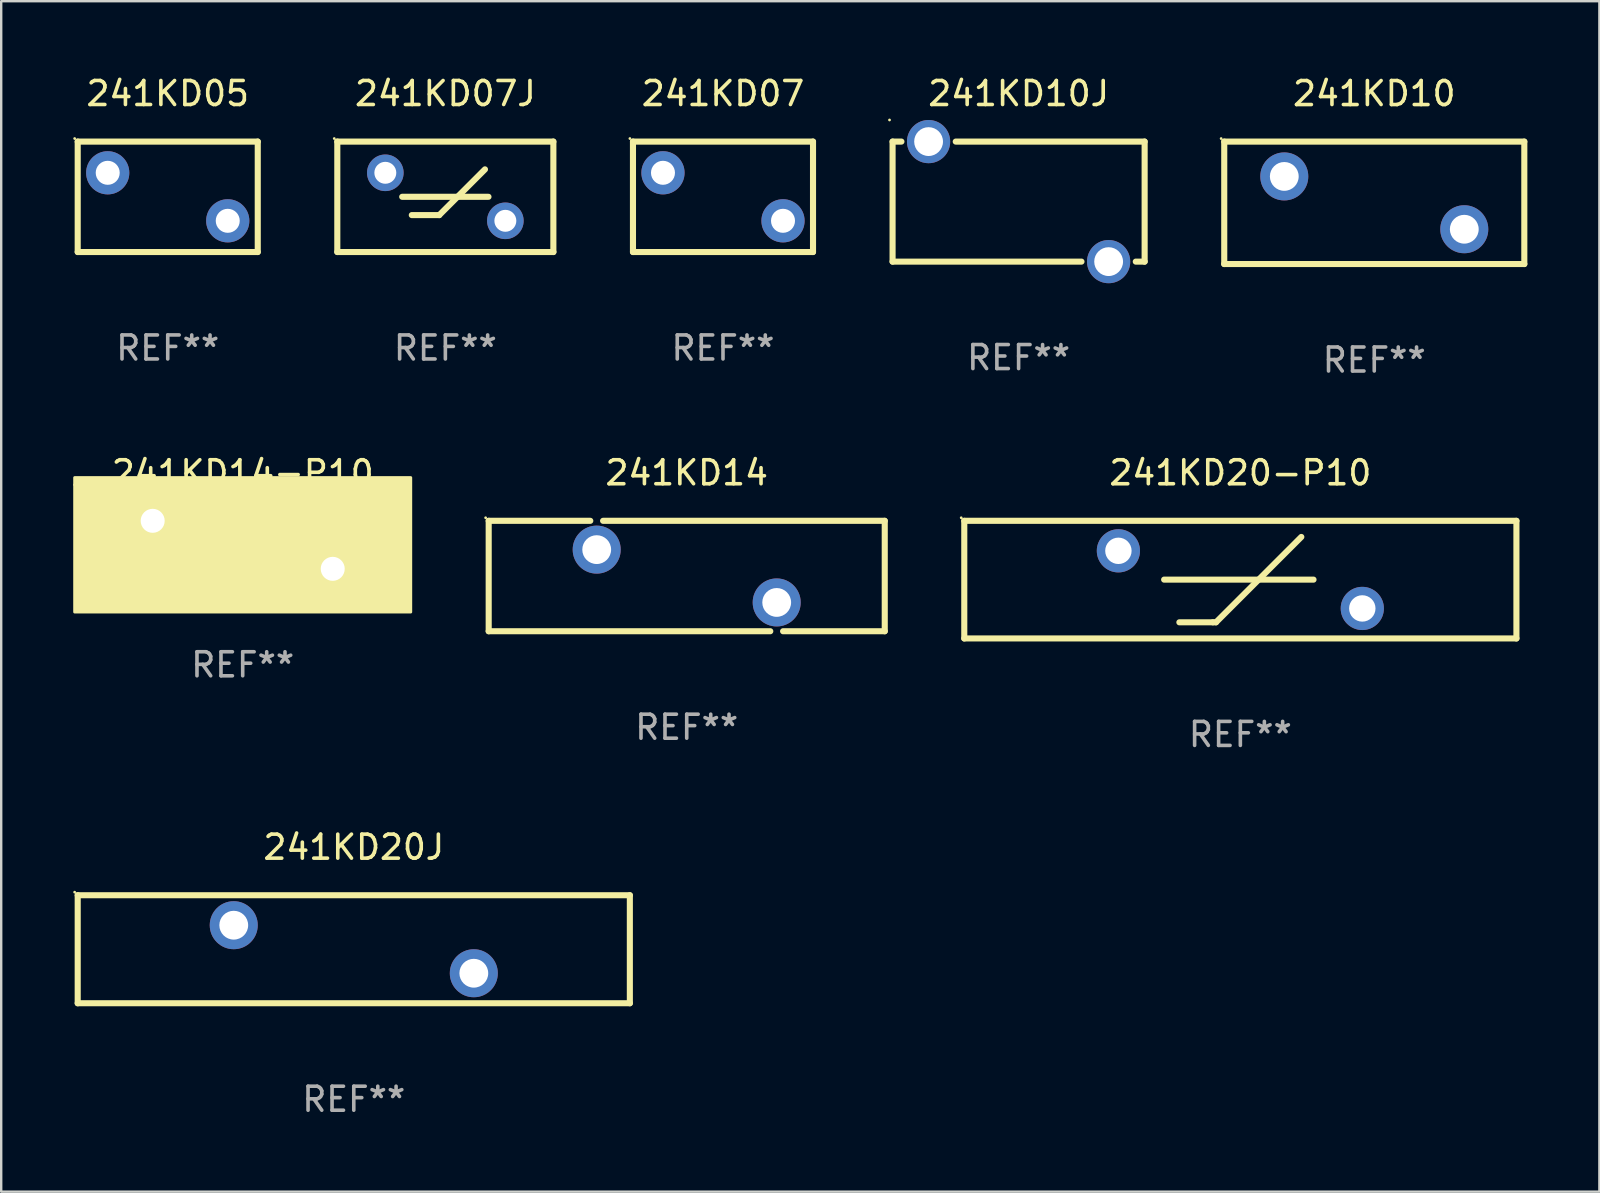
<source format=kicad_pcb>
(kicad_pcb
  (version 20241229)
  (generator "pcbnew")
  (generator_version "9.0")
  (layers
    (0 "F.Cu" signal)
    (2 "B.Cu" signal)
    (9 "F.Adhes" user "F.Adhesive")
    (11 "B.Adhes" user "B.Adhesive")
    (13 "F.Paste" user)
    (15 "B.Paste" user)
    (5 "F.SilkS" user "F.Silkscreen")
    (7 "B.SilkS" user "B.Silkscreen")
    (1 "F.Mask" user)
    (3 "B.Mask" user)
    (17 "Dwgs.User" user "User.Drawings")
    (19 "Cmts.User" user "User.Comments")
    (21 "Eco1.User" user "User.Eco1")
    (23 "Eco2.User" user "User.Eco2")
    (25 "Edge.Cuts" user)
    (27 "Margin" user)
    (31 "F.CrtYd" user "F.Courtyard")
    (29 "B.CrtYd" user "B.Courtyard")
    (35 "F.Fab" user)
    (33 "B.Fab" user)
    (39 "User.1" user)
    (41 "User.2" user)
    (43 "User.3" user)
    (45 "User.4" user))
  (footprint "241KD05"
    (layer "F.Cu")
    (at 3.937 5.148)
    (property "Reference" "241KD05" (at 0 -4.3 0) (layer "F.SilkS") (effects (font (size 1 1) (thickness 0.15))))
    (attr through_hole)
    (fp_line (start -3.75 -2.3) (end 3.75 -2.3) (stroke (width 0.254) (type solid)) (layer "F.SilkS"))
    (fp_line (start -3.75 2.3) (end -3.75 -2.3) (stroke (width 0.254) (type solid)) (layer "F.SilkS"))
    (fp_line (start 3.75 -2.3) (end 3.75 2.3) (stroke (width 0.254) (type solid)) (layer "F.SilkS"))
    (fp_line (start 3.75 2.3) (end -3.75 2.3) (stroke (width 0.254) (type solid)) (layer "F.SilkS"))
    (fp_circle (center -3.877 -2.427) (end -3.847 -2.427) (stroke (width 0.06) (type solid)) (fill no) (layer "F.SilkS"))
    (fp_text user "REF**" (at 0 6.3 0) (layer "F.Fab") (effects (font (size 1 1) (thickness 0.15))))
    (pad "1" thru_hole circle (at -2.5 -1) (size 1.8 1.8) (drill 1) (layers "*.Cu" "*.Mask"))
    (pad "2" thru_hole circle (at 2.5 1) (size 1.8 1.8) (drill 1) (layers "*.Cu" "*.Mask")))
  (footprint "241KD14-P10"
    (layer "F.Cu")
    (at 7.06 19.645)
    (property "Reference" "241KD14-P10" (at 0 -3 0) (layer "F.SilkS") (effects (font (size 1 1) (thickness 0.15))))
    (attr through_hole)
    (fp_circle (center -7 -2.5) (end -6.97 -2.5) (stroke (width 0.06) (type solid)) (fill no) (layer "F.SilkS"))
    (fp_poly (pts (xy -7 -2.8) (xy 7 -2.8) (xy 7 2.8) (xy -7 2.8)) (stroke (width 0.12) (type solid)) (fill yes) (layer "F.SilkS"))
    (fp_text user "REF**" (at 0 5 0) (layer "F.Fab") (effects (font (size 1 1) (thickness 0.15))))
    (pad "1" thru_hole circle (at -3.75 -1) (size 1.6 1.6) (drill 1) (layers "*.Cu" "*.Mask"))
    (pad "2" thru_hole circle (at 3.75 1) (size 1.6 1.6) (drill 1) (layers "*.Cu" "*.Mask")))
  (footprint "241KD20-P10"
    (layer "F.Cu")
    (at 48.618 21.095)
    (property "Reference" "241KD20-P10" (at 0 -4.45 0) (layer "F.SilkS") (effects (font (size 1 1) (thickness 0.15))))
    (attr through_hole)
    (fp_line (start -11.5 -2.45) (end 11.5 -2.45) (stroke (width 0.254) (type solid)) (layer "F.SilkS"))
    (fp_line (start -11.5 2.45) (end -11.5 -2.45) (stroke (width 0.254) (type solid)) (layer "F.SilkS"))
    (fp_line (start -3.175 0) (end 3.048 0) (stroke (width 0.254) (type solid)) (layer "F.SilkS"))
    (fp_line (start -2.54 1.778) (end -1.143 1.778) (stroke (width 0.254) (type solid)) (layer "F.SilkS"))
    (fp_line (start -1.143 1.778) (end -1.016 1.778) (stroke (width 0.254) (type solid)) (layer "F.SilkS"))
    (fp_line (start -1.016 1.778) (end 2.54 -1.778) (stroke (width 0.254) (type solid)) (layer "F.SilkS"))
    (fp_line (start 11.5 -2.45) (end 11.5 2.45) (stroke (width 0.254) (type solid)) (layer "F.SilkS"))
    (fp_line (start 11.5 2.45) (end -11.5 2.45) (stroke (width 0.254) (type solid)) (layer "F.SilkS"))
    (fp_circle (center -11.627 -2.577) (end -11.597 -2.577) (stroke (width 0.06) (type solid)) (fill no) (layer "F.SilkS"))
    (fp_text user "REF**" (at 0 6.45 0) (layer "F.Fab") (effects (font (size 1 1) (thickness 0.15))))
    (pad "1" thru_hole circle (at -5.08 -1.2) (size 1.8 1.8) (drill 1.1) (layers "*.Cu" "*.Mask"))
    (pad "2" thru_hole circle (at 5.08 1.2) (size 1.8 1.8) (drill 1.1) (layers "*.Cu" "*.Mask")))
  (footprint "241KD10J"
    (layer "F.Cu")
    (at 39.381 5.348)
    (property "Reference" "241KD10J" (at 0 -4.5 0) (layer "F.SilkS") (effects (font (size 1 1) (thickness 0.15))))
    (attr through_hole)
    (fp_line (start -5.25 2.5) (end -5.25 -2.5) (stroke (width 0.254) (type solid)) (layer "F.SilkS"))
    (fp_line (start -5.25 2.5) (end 2.619 2.5) (stroke (width 0.254) (type solid)) (layer "F.SilkS"))
    (fp_line (start -4.881 -2.5) (end -5.25 -2.5) (stroke (width 0.254) (type solid)) (layer "F.SilkS"))
    (fp_line (start 4.881 2.5) (end 5.25 2.5) (stroke (width 0.254) (type solid)) (layer "F.SilkS"))
    (fp_line (start 5.25 -2.5) (end -2.619 -2.5) (stroke (width 0.254) (type solid)) (layer "F.SilkS"))
    (fp_line (start 5.25 -2.5) (end 5.25 2.5) (stroke (width 0.254) (type solid)) (layer "F.SilkS"))
    (fp_circle (center -5.377 -3.4) (end -5.347 -3.4) (stroke (width 0.06) (type solid)) (fill no) (layer "F.SilkS"))
    (fp_text user "REF**" (at 0 6.5 0) (layer "F.Fab") (effects (font (size 1 1) (thickness 0.15))))
    (pad "1" thru_hole circle (at -3.75 -2.5) (size 1.8 1.8) (drill 1.2) (layers "*.Cu" "*.Mask"))
    (pad "2" thru_hole circle (at 3.75 2.5) (size 1.8 1.8) (drill 1.2) (layers "*.Cu" "*.Mask")))
  (footprint "241KD20J"
    (layer "F.Cu")
    (at 11.687 36.492)
    (property "Reference" "241KD20J" (at 0 -4.25 0) (layer "F.SilkS") (effects (font (size 1 1) (thickness 0.15))))
    (attr through_hole)
    (fp_line (start -11.5 -2.25) (end 11.5 -2.25) (stroke (width 0.254) (type solid)) (layer "F.SilkS"))
    (fp_line (start -11.5 2.25) (end -11.5 -2.25) (stroke (width 0.254) (type solid)) (layer "F.SilkS"))
    (fp_line (start 11.5 -2.25) (end 11.5 2.25) (stroke (width 0.254) (type solid)) (layer "F.SilkS"))
    (fp_line (start 11.5 2.249) (end -11.5 2.249) (stroke (width 0.254) (type solid)) (layer "F.SilkS"))
    (fp_circle (center -11.627 -2.377) (end -11.597 -2.377) (stroke (width 0.06) (type solid)) (fill no) (layer "F.SilkS"))
    (fp_text user "REF**" (at 0 6.25 0) (layer "F.Fab") (effects (font (size 1 1) (thickness 0.15))))
    (pad "1" thru_hole circle (at -5 -1.002) (size 2 2) (drill 1.2) (layers "*.Cu" "*.Mask"))
    (pad "2" thru_hole circle (at 5 0.999) (size 2 2) (drill 1.2) (layers "*.Cu" "*.Mask")))
  (footprint "241KD10"
    (layer "F.Cu")
    (at 54.196 5.399)
    (property "Reference" "241KD10" (at 0 -4.55 0) (layer "F.SilkS") (effects (font (size 1 1) (thickness 0.15))))
    (attr through_hole)
    (fp_line (start -6.249 -2.55) (end 6.251 -2.55) (stroke (width 0.254) (type solid)) (layer "F.SilkS"))
    (fp_line (start -6.249 2.55) (end -6.249 -2.55) (stroke (width 0.254) (type solid)) (layer "F.SilkS"))
    (fp_line (start 6.251 -2.55) (end 6.251 2.55) (stroke (width 0.254) (type solid)) (layer "F.SilkS"))
    (fp_line (start 6.251 2.55) (end -6.251 2.55) (stroke (width 0.254) (type solid)) (layer "F.SilkS"))
    (fp_circle (center -6.378 -2.677) (end -6.348 -2.677) (stroke (width 0.06) (type solid)) (fill no) (layer "F.SilkS"))
    (fp_text user "REF**" (at 0 6.55 0) (layer "F.Fab") (effects (font (size 1 1) (thickness 0.15))))
    (pad "1" thru_hole circle (at -3.748 -1.1) (size 2 2) (drill 1.2) (layers "*.Cu" "*.Mask"))
    (pad "2" thru_hole circle (at 3.75 1.1) (size 2 2) (drill 1.2) (layers "*.Cu" "*.Mask")))
  (footprint "241KD07J"
    (layer "F.Cu")
    (at 15.502 5.148)
    (property "Reference" "241KD07J" (at 0 -4.3 0) (layer "F.SilkS") (effects (font (size 1 1) (thickness 0.15))))
    (attr through_hole)
    (fp_line (start -4.501 -2.3) (end 4.499 -2.3) (stroke (width 0.254) (type solid)) (layer "F.SilkS"))
    (fp_line (start -4.501 2.3) (end -4.501 -2.3) (stroke (width 0.254) (type solid)) (layer "F.SilkS"))
    (fp_line (start -1.798 0) (end 1.796 0) (stroke (width 0.254) (type solid)) (layer "F.SilkS"))
    (fp_line (start -1.398 0.762) (end -0.255 0.762) (stroke (width 0.254) (type solid)) (layer "F.SilkS"))
    (fp_line (start -0.255 0.762) (end 1.65 -1.143) (stroke (width 0.254) (type solid)) (layer "F.SilkS"))
    (fp_line (start 4.499 -2.3) (end 4.499 2.3) (stroke (width 0.254) (type solid)) (layer "F.SilkS"))
    (fp_line (start 4.501 2.3) (end -4.501 2.3) (stroke (width 0.254) (type solid)) (layer "F.SilkS"))
    (fp_circle (center -4.628 -2.427) (end -4.598 -2.427) (stroke (width 0.06) (type solid)) (fill no) (layer "F.SilkS"))
    (fp_text user "REF**" (at 0 6.3 0) (layer "F.Fab") (effects (font (size 1 1) (thickness 0.15))))
    (pad "1" thru_hole circle (at -2.501 -1) (size 1.524 1.524) (drill 0.914) (layers "*.Cu" "*.Mask"))
    (pad "2" thru_hole circle (at 2.499 1) (size 1.524 1.524) (drill 0.914) (layers "*.Cu" "*.Mask")))
  (footprint "241KD07"
    (layer "F.Cu")
    (at 27.067 5.148)
    (property "Reference" "241KD07" (at 0 -4.3 0) (layer "F.SilkS") (effects (font (size 1 1) (thickness 0.15))))
    (attr through_hole)
    (fp_line (start -3.75 -2.3) (end 3.75 -2.3) (stroke (width 0.254) (type solid)) (layer "F.SilkS"))
    (fp_line (start -3.75 2.3) (end -3.75 -2.3) (stroke (width 0.254) (type solid)) (layer "F.SilkS"))
    (fp_line (start 3.75 -2.3) (end 3.75 2.3) (stroke (width 0.254) (type solid)) (layer "F.SilkS"))
    (fp_line (start 3.75 2.3) (end -3.75 2.3) (stroke (width 0.254) (type solid)) (layer "F.SilkS"))
    (fp_circle (center -3.877 -2.427) (end -3.847 -2.427) (stroke (width 0.06) (type solid)) (fill no) (layer "F.SilkS"))
    (fp_text user "REF**" (at 0 6.3 0) (layer "F.Fab") (effects (font (size 1 1) (thickness 0.15))))
    (pad "1" thru_hole circle (at -2.5 -1) (size 1.8 1.8) (drill 1) (layers "*.Cu" "*.Mask"))
    (pad "2" thru_hole circle (at 2.5 1) (size 1.8 1.8) (drill 1) (layers "*.Cu" "*.Mask")))
  (footprint "241KD14"
    (layer "F.Cu")
    (at 25.556 20.945)
    (property "Reference" "241KD14" (at 0 -4.3 0) (layer "F.SilkS") (effects (font (size 1 1) (thickness 0.15))))
    (attr through_hole)
    (fp_line (start -8.249 -2.3) (end -4.017 -2.3) (stroke (width 0.254) (type solid)) (layer "F.SilkS"))
    (fp_line (start -8.249 2.3) (end -8.249 -2.3) (stroke (width 0.254) (type solid)) (layer "F.SilkS"))
    (fp_line (start -8.249 2.3) (end 3.481 2.3) (stroke (width 0.254) (type solid)) (layer "F.SilkS"))
    (fp_line (start -3.484 -2.3) (end 8.249 -2.3) (stroke (width 0.254) (type solid)) (layer "F.SilkS"))
    (fp_line (start 4.014 2.3) (end 8.249 2.3) (stroke (width 0.254) (type solid)) (layer "F.SilkS"))
    (fp_line (start 8.249 -2.3) (end 8.249 2.3) (stroke (width 0.254) (type solid)) (layer "F.SilkS"))
    (fp_circle (center -8.376 -2.427) (end -8.346 -2.427) (stroke (width 0.06) (type solid)) (fill no) (layer "F.SilkS"))
    (fp_text user "REF**" (at 0 6.3 0) (layer "F.Fab") (effects (font (size 1 1) (thickness 0.15))))
    (pad "1" thru_hole circle (at -3.75 -1.1) (size 2 2) (drill 1.2) (layers "*.Cu" "*.Mask"))
    (pad "2" thru_hole circle (at 3.748 1.1) (size 2 2) (drill 1.2) (layers "*.Cu" "*.Mask")))
  (gr_rect
    (start -3 -3)
    (end 63.574 46.591)
    (stroke (width 0.1) (type default))
    (fill no)
    (layer "Edge.Cuts")))
</source>
